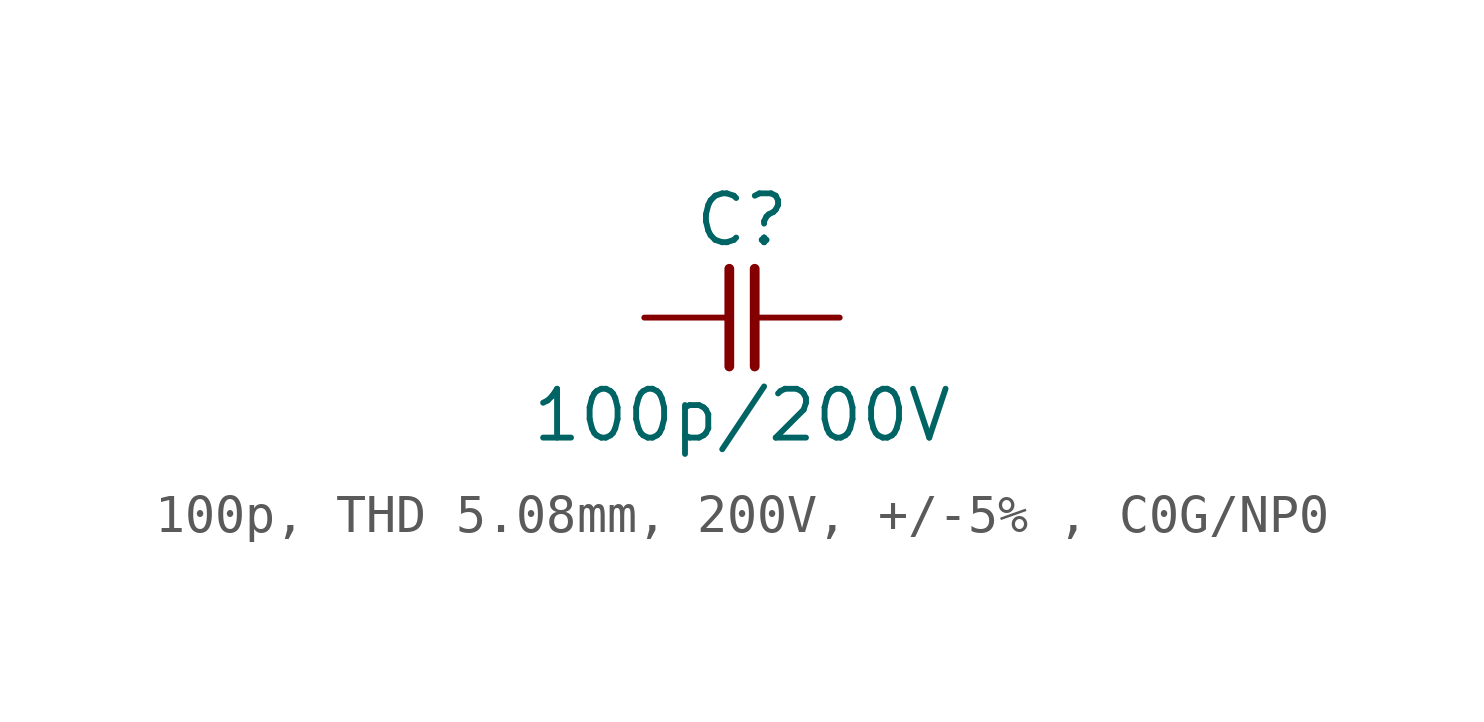
<source format=kicad_sym>
(kicad_symbol_lib
  (version 20231120)
  (generator "kicad_symbol_editor")
  (generator_version "8.0")
  (symbol "100p, THD 5.08mm, 200V, +/-5% , C0G/NP0"
    (pin_numbers hide)
    (pin_names
      (offset 0) hide)
    (property "Reference" "C"
      (at 0 2.54 0)
      (effects (font (size 1.27 1.27))))
    (property "Value" "100p/200V"
      (at 0 -2.54 0)
      (effects (font (size 1.27 1.27))))
    (symbol "100p, THD 5.08mm, 200V, +/-5% , C0G/NP0_0_1"
      (polyline (pts (xy -0.33 1.27) (xy -0.33 -1.27)) (stroke (width 0.254) (type default)) (fill (type none)))
      (polyline (pts (xy 0.33 1.27) (xy 0.33 -1.27)) (stroke (width 0.254) (type default)) (fill (type none))))
    (symbol "100p, THD 5.08mm, 200V, +/-5% , C0G/NP0_1_1"
      (pin passive line (at -2.54 0 0) (length 2.21) (name "1" (effects (font (size 1.27 1.27)))) (number "1" (effects (font (size 1.27 1.27)))))
      (pin passive line (at 2.54 0 180) (length 2.21) (name "2" (effects (font (size 1.27 1.27)))) (number "2" (effects (font (size 1.27 1.27))))))))
</source>
